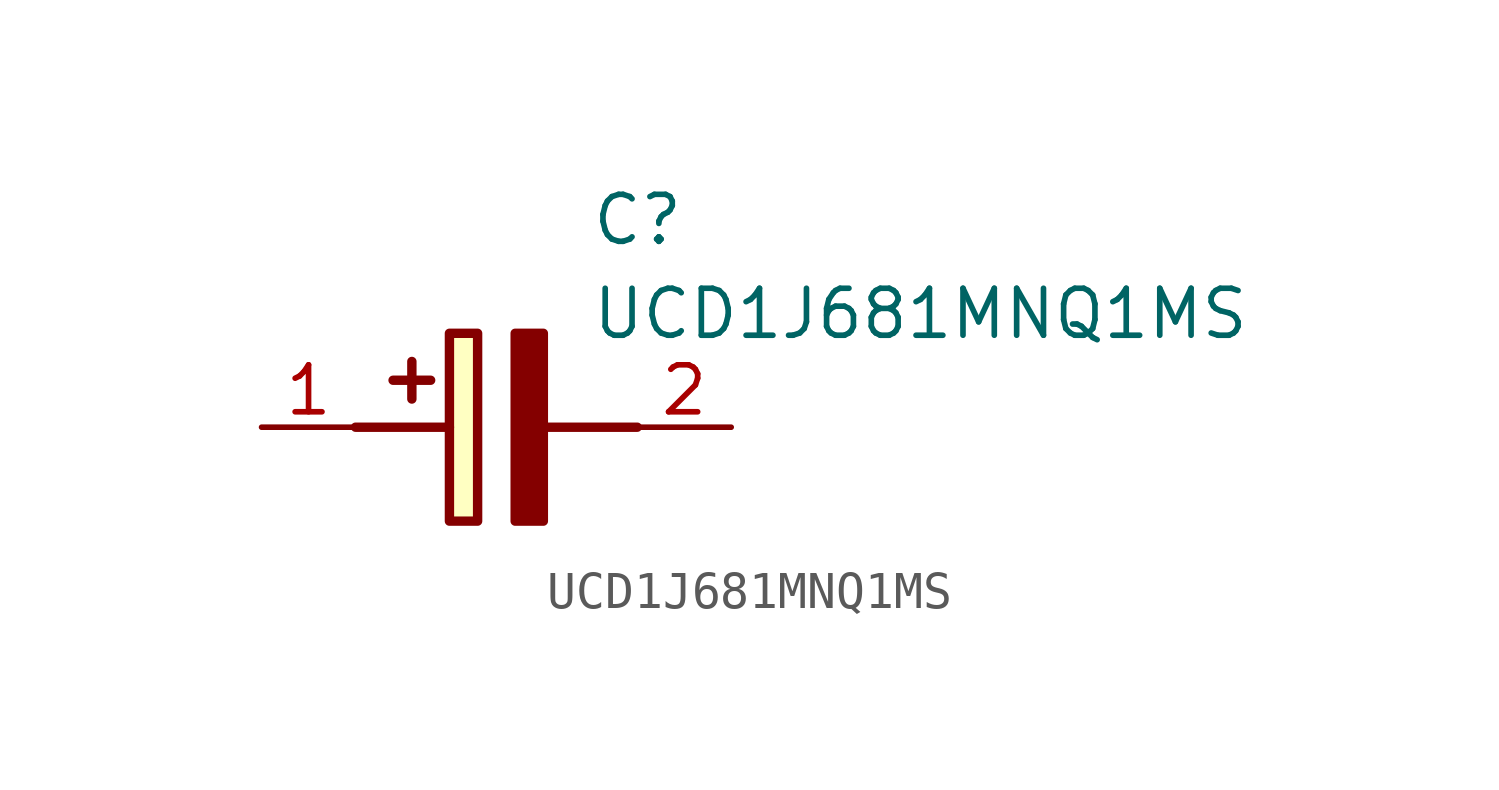
<source format=kicad_sym>
(kicad_symbol_lib
  (version 20211014)
  (generator SamacSys_ECAD_Model)
  (symbol "UCD1J681MNQ1MS"
    (pin_names hide)
    (property "Reference" "C"
      (at 8.89 6.35 0)
      (effects (font (size 1.27 1.27)) (justify left top)))
    (property "Value" "UCD1J681MNQ1MS"
      (at 8.89 3.81 0)
      (effects (font (size 1.27 1.27)) (justify left top)))
    (rectangle
      (start 5.08 2.54)
      (end 5.842 -2.54)
      (stroke (width 0.254) (type default))
      (fill (type background)))
    (polyline
      (pts (xy 4.572 1.27) (xy 3.556 1.27))
      (stroke (width 0.254) (type default))
      (fill (type none)))
    (polyline
      (pts (xy 4.064 1.778) (xy 4.064 0.762))
      (stroke (width 0.254) (type default))
      (fill (type none)))
    (polyline
      (pts (xy 2.54 0) (xy 5.08 0))
      (stroke (width 0.254) (type default))
      (fill (type none)))
    (polyline
      (pts (xy 7.62 0) (xy 10.16 0))
      (stroke (width 0.254) (type default))
      (fill (type none)))
    (polyline
      (pts (xy 7.62 2.54) (xy 7.62 -2.54) (xy 6.858 -2.54) (xy 6.858 2.54) (xy 7.62 2.54))
      (stroke (width 0.254) (type default))
      (fill (type outline)))
    (pin passive line
      (at 0 0 0)
      (length 2.54)
      (name "+" (effects (font (size 1.27 1.27))))
      (number "1" (effects (font (size 1.27 1.27)))))
    (pin passive line
      (at 12.7 0 180)
      (length 2.54)
      (name "-" (effects (font (size 1.27 1.27))))
      (number "2" (effects (font (size 1.27 1.27)))))))
</source>
